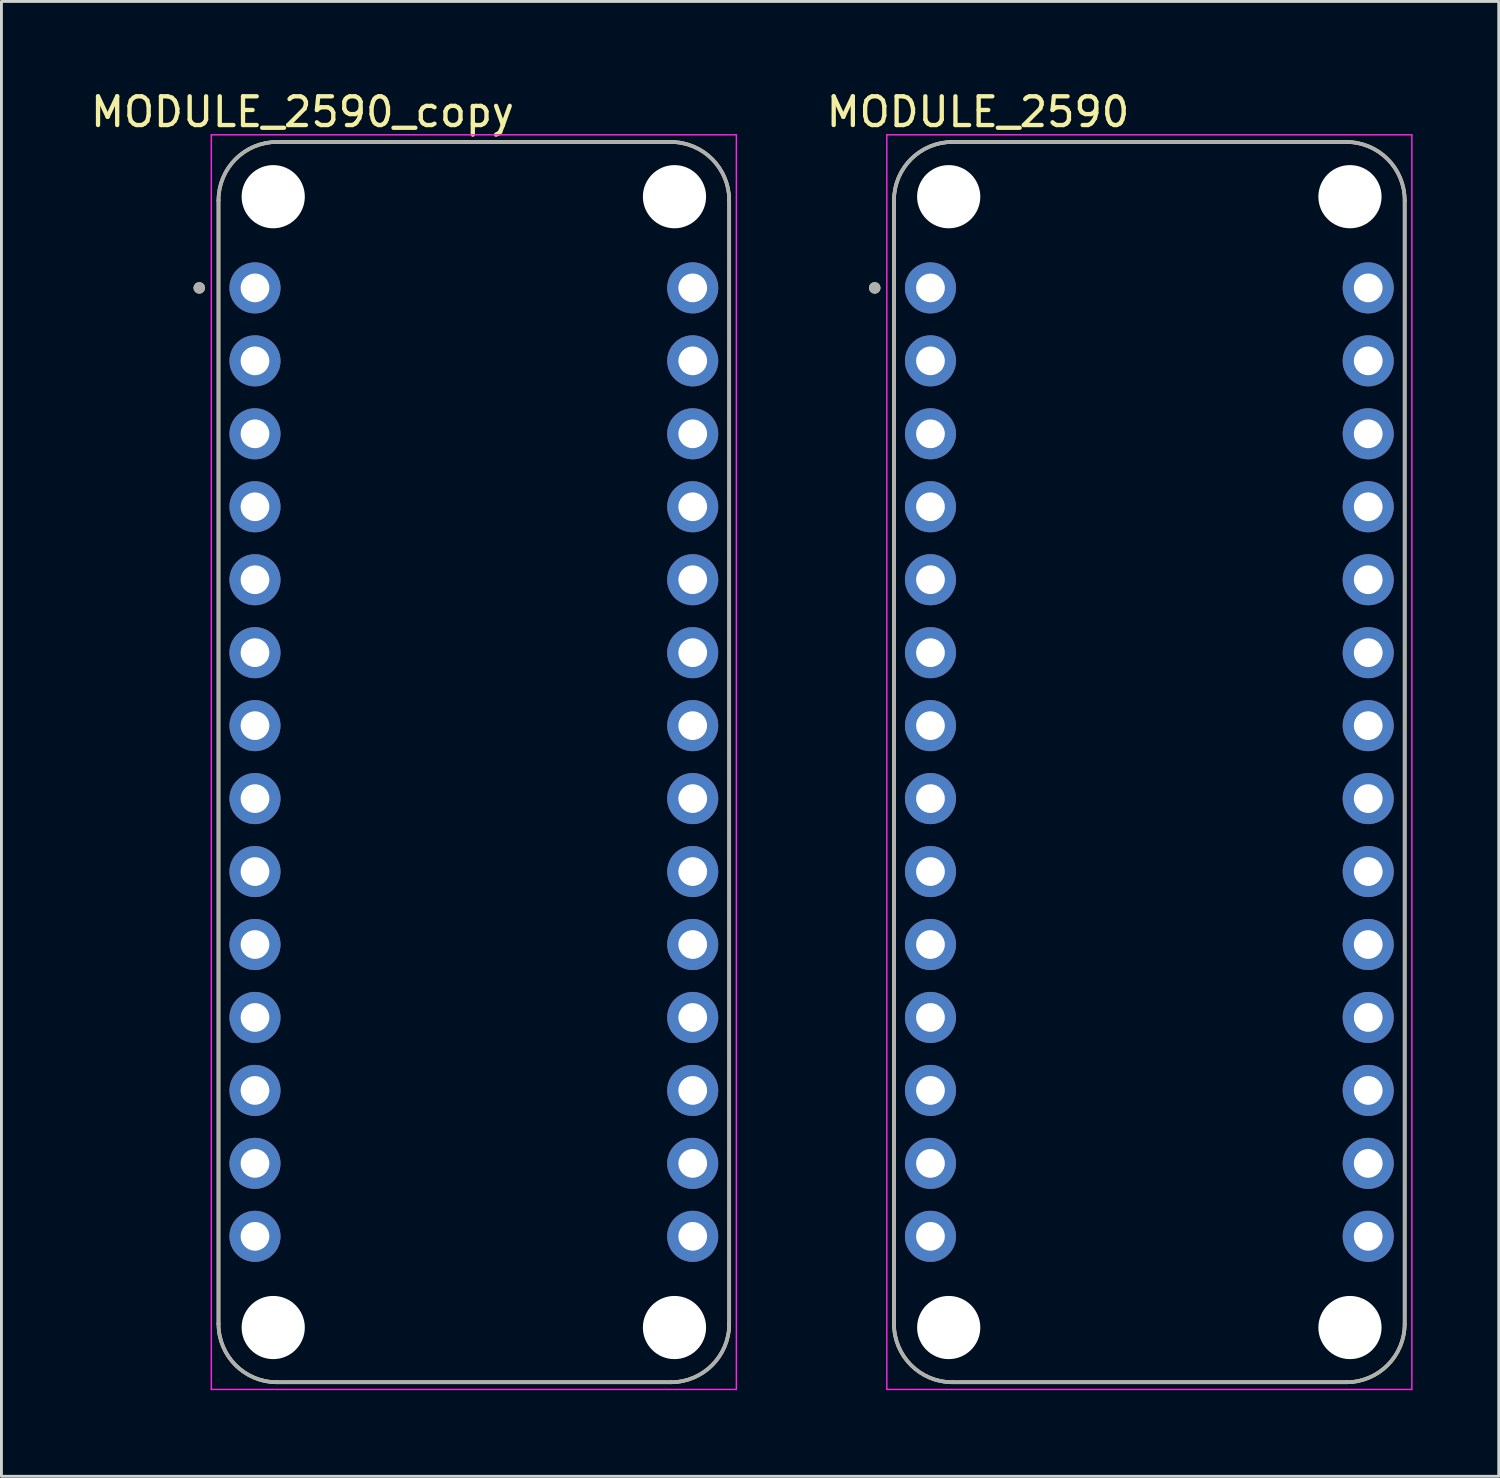
<source format=kicad_pcb>
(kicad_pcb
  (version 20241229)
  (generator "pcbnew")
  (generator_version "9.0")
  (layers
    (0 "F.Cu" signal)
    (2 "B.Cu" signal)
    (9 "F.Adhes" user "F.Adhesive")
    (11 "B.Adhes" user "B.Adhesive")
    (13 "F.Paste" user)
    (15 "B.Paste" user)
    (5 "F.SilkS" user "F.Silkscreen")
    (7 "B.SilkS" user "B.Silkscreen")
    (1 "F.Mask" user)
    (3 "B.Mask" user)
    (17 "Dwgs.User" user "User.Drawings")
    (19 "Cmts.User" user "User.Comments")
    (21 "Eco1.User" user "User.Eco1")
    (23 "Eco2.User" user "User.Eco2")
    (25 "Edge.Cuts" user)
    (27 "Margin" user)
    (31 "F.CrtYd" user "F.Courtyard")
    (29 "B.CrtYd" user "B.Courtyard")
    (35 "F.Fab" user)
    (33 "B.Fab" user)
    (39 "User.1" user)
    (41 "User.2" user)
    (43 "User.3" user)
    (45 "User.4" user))
  (footprint "MODULE_2590_copy"
    (layer "F.Cu")
    (at 13.447 23.483)
    (property "Reference" "MODULE_2590_copy" (at -5.965 -22.635 0) (layer "F.SilkS") (effects (font (size 1 1) (thickness 0.15))))
    (attr through_hole)
    (fp_line (start -8.89 19.558) (end -8.89 -19.558) (stroke (width 0.127) (type solid)) (layer "F.SilkS"))
    (fp_line (start -6.858 -21.59) (end 6.858 -21.59) (stroke (width 0.127) (type solid)) (layer "F.SilkS"))
    (fp_line (start 6.858 21.59) (end -6.858 21.59) (stroke (width 0.127) (type solid)) (layer "F.SilkS"))
    (fp_line (start 8.89 -19.558) (end 8.89 19.558) (stroke (width 0.127) (type solid)) (layer "F.SilkS"))
    (fp_arc (start -8.89 -19.558) (mid -8.294841 -20.994841) (end -6.858 -21.59) (stroke (width 0.127) (type solid)) (layer "F.SilkS"))
    (fp_arc (start -6.858 21.59) (mid -8.294841 20.994841) (end -8.89 19.558) (stroke (width 0.127) (type solid)) (layer "F.SilkS"))
    (fp_arc (start 6.858 -21.59) (mid 8.294841 -20.994841) (end 8.89 -19.558) (stroke (width 0.127) (type solid)) (layer "F.SilkS"))
    (fp_arc (start 8.89 19.558) (mid 8.294841 20.994841) (end 6.858 21.59) (stroke (width 0.127) (type solid)) (layer "F.SilkS"))
    (fp_circle (center -9.56 -16.51) (end -9.46 -16.51) (stroke (width 0.2) (type solid)) (fill no) (layer "F.SilkS"))
    (fp_line (start -9.14 -21.84) (end -9.14 21.84) (stroke (width 0.05) (type solid)) (layer "F.CrtYd"))
    (fp_line (start -9.14 21.84) (end 9.14 21.84) (stroke (width 0.05) (type solid)) (layer "F.CrtYd"))
    (fp_line (start 9.14 -21.84) (end -9.14 -21.84) (stroke (width 0.05) (type solid)) (layer "F.CrtYd"))
    (fp_line (start 9.14 21.84) (end 9.14 -21.84) (stroke (width 0.05) (type solid)) (layer "F.CrtYd"))
    (fp_line (start -8.89 19.558) (end -8.89 -19.558) (stroke (width 0.127) (type solid)) (layer "F.Fab"))
    (fp_line (start -6.858 -21.59) (end 6.858 -21.59) (stroke (width 0.127) (type solid)) (layer "F.Fab"))
    (fp_line (start 6.858 21.59) (end -6.858 21.59) (stroke (width 0.127) (type solid)) (layer "F.Fab"))
    (fp_line (start 8.89 -19.558) (end 8.89 19.558) (stroke (width 0.127) (type solid)) (layer "F.Fab"))
    (fp_arc (start -8.89 -19.558) (mid -8.294841 -20.994841) (end -6.858 -21.59) (stroke (width 0.127) (type solid)) (layer "F.Fab"))
    (fp_arc (start -6.858 21.59) (mid -8.294841 20.994841) (end -8.89 19.558) (stroke (width 0.127) (type solid)) (layer "F.Fab"))
    (fp_arc (start 6.858 -21.59) (mid 8.294841 -20.994841) (end 8.89 -19.558) (stroke (width 0.127) (type solid)) (layer "F.Fab"))
    (fp_arc (start 8.89 19.558) (mid 8.294841 20.994841) (end 6.858 21.59) (stroke (width 0.127) (type solid)) (layer "F.Fab"))
    (fp_circle (center -9.56 -16.51) (end -9.46 -16.51) (stroke (width 0.2) (type solid)) (fill no) (layer "F.Fab"))
    (pad "" np_thru_hole circle (at -6.985 -19.685) (size 2.2 2.2) (drill 2.2) (layers "*.Cu" "*.Mask"))
    (pad "" np_thru_hole circle (at -6.985 19.685) (size 2.2 2.2) (drill 2.2) (layers "*.Cu" "*.Mask"))
    (pad "" np_thru_hole circle (at 6.985 -19.685) (size 2.2 2.2) (drill 2.2) (layers "*.Cu" "*.Mask"))
    (pad "" np_thru_hole circle (at 6.985 19.685) (size 2.2 2.2) (drill 2.2) (layers "*.Cu" "*.Mask"))
    (pad "1" thru_hole circle (at -7.62 -16.51) (size 1.778 1.778) (drill 1) (layers "*.Cu" "*.Mask"))
    (pad "2" thru_hole circle (at -7.62 -13.97) (size 1.778 1.778) (drill 1) (layers "*.Cu" "*.Mask"))
    (pad "3" thru_hole circle (at -7.62 -11.43) (size 1.778 1.778) (drill 1) (layers "*.Cu" "*.Mask"))
    (pad "4" thru_hole circle (at -7.62 -8.89) (size 1.778 1.778) (drill 1) (layers "*.Cu" "*.Mask"))
    (pad "5" thru_hole circle (at -7.62 -6.35) (size 1.778 1.778) (drill 1) (layers "*.Cu" "*.Mask"))
    (pad "6" thru_hole circle (at -7.62 -3.81) (size 1.778 1.778) (drill 1) (layers "*.Cu" "*.Mask"))
    (pad "7" thru_hole circle (at -7.62 -1.27) (size 1.778 1.778) (drill 1) (layers "*.Cu" "*.Mask"))
    (pad "8" thru_hole circle (at -7.62 1.27) (size 1.778 1.778) (drill 1) (layers "*.Cu" "*.Mask"))
    (pad "9" thru_hole circle (at -7.62 3.81) (size 1.778 1.778) (drill 1) (layers "*.Cu" "*.Mask"))
    (pad "10" thru_hole circle (at -7.62 6.35) (size 1.778 1.778) (drill 1) (layers "*.Cu" "*.Mask"))
    (pad "11" thru_hole circle (at -7.62 8.89) (size 1.778 1.778) (drill 1) (layers "*.Cu" "*.Mask"))
    (pad "12" thru_hole circle (at -7.62 11.43) (size 1.778 1.778) (drill 1) (layers "*.Cu" "*.Mask"))
    (pad "13" thru_hole circle (at -7.62 13.97) (size 1.778 1.778) (drill 1) (layers "*.Cu" "*.Mask"))
    (pad "14" thru_hole circle (at -7.62 16.51) (size 1.778 1.778) (drill 1) (layers "*.Cu" "*.Mask"))
    (pad "15" thru_hole circle (at 7.62 16.51) (size 1.778 1.778) (drill 1) (layers "*.Cu" "*.Mask"))
    (pad "16" thru_hole circle (at 7.62 13.97) (size 1.778 1.778) (drill 1) (layers "*.Cu" "*.Mask"))
    (pad "17" thru_hole circle (at 7.62 11.43) (size 1.778 1.778) (drill 1) (layers "*.Cu" "*.Mask"))
    (pad "18" thru_hole circle (at 7.62 8.89) (size 1.778 1.778) (drill 1) (layers "*.Cu" "*.Mask"))
    (pad "19" thru_hole circle (at 7.62 6.35) (size 1.778 1.778) (drill 1) (layers "*.Cu" "*.Mask"))
    (pad "20" thru_hole circle (at 7.62 3.81) (size 1.778 1.778) (drill 1) (layers "*.Cu" "*.Mask"))
    (pad "21" thru_hole circle (at 7.62 1.27) (size 1.778 1.778) (drill 1) (layers "*.Cu" "*.Mask"))
    (pad "22" thru_hole circle (at 7.62 -1.27) (size 1.778 1.778) (drill 1) (layers "*.Cu" "*.Mask"))
    (pad "23" thru_hole circle (at 7.62 -3.81) (size 1.778 1.778) (drill 1) (layers "*.Cu" "*.Mask"))
    (pad "24" thru_hole circle (at 7.62 -6.35) (size 1.778 1.778) (drill 1) (layers "*.Cu" "*.Mask"))
    (pad "25" thru_hole circle (at 7.62 -8.89) (size 1.778 1.778) (drill 1) (layers "*.Cu" "*.Mask"))
    (pad "26" thru_hole circle (at 7.62 -11.43) (size 1.778 1.778) (drill 1) (layers "*.Cu" "*.Mask"))
    (pad "27" thru_hole circle (at 7.62 -13.97) (size 1.778 1.778) (drill 1) (layers "*.Cu" "*.Mask"))
    (pad "28" thru_hole circle (at 7.62 -16.51) (size 1.778 1.778) (drill 1) (layers "*.Cu" "*.Mask")))
  (footprint "MODULE_2590"
    (layer "F.Cu")
    (at 36.964 23.483)
    (property "Reference" "MODULE_2590" (at -5.965 -22.635 0) (layer "F.SilkS") (effects (font (size 1 1) (thickness 0.15))))
    (attr through_hole)
    (fp_line (start -8.89 19.558) (end -8.89 -19.558) (stroke (width 0.127) (type solid)) (layer "F.SilkS"))
    (fp_line (start -6.858 -21.59) (end 6.858 -21.59) (stroke (width 0.127) (type solid)) (layer "F.SilkS"))
    (fp_line (start 6.858 21.59) (end -6.858 21.59) (stroke (width 0.127) (type solid)) (layer "F.SilkS"))
    (fp_line (start 8.89 -19.558) (end 8.89 19.558) (stroke (width 0.127) (type solid)) (layer "F.SilkS"))
    (fp_arc (start -8.89 -19.558) (mid -8.294841 -20.994841) (end -6.858 -21.59) (stroke (width 0.127) (type solid)) (layer "F.SilkS"))
    (fp_arc (start -6.858 21.59) (mid -8.294841 20.994841) (end -8.89 19.558) (stroke (width 0.127) (type solid)) (layer "F.SilkS"))
    (fp_arc (start 6.858 -21.59) (mid 8.294841 -20.994841) (end 8.89 -19.558) (stroke (width 0.127) (type solid)) (layer "F.SilkS"))
    (fp_arc (start 8.89 19.558) (mid 8.294841 20.994841) (end 6.858 21.59) (stroke (width 0.127) (type solid)) (layer "F.SilkS"))
    (fp_circle (center -9.56 -16.51) (end -9.46 -16.51) (stroke (width 0.2) (type solid)) (fill no) (layer "F.SilkS"))
    (fp_line (start -9.14 -21.84) (end -9.14 21.84) (stroke (width 0.05) (type solid)) (layer "F.CrtYd"))
    (fp_line (start -9.14 21.84) (end 9.14 21.84) (stroke (width 0.05) (type solid)) (layer "F.CrtYd"))
    (fp_line (start 9.14 -21.84) (end -9.14 -21.84) (stroke (width 0.05) (type solid)) (layer "F.CrtYd"))
    (fp_line (start 9.14 21.84) (end 9.14 -21.84) (stroke (width 0.05) (type solid)) (layer "F.CrtYd"))
    (fp_line (start -8.89 19.558) (end -8.89 -19.558) (stroke (width 0.127) (type solid)) (layer "F.Fab"))
    (fp_line (start -6.858 -21.59) (end 6.858 -21.59) (stroke (width 0.127) (type solid)) (layer "F.Fab"))
    (fp_line (start 6.858 21.59) (end -6.858 21.59) (stroke (width 0.127) (type solid)) (layer "F.Fab"))
    (fp_line (start 8.89 -19.558) (end 8.89 19.558) (stroke (width 0.127) (type solid)) (layer "F.Fab"))
    (fp_arc (start -8.89 -19.558) (mid -8.294841 -20.994841) (end -6.858 -21.59) (stroke (width 0.127) (type solid)) (layer "F.Fab"))
    (fp_arc (start -6.858 21.59) (mid -8.294841 20.994841) (end -8.89 19.558) (stroke (width 0.127) (type solid)) (layer "F.Fab"))
    (fp_arc (start 6.858 -21.59) (mid 8.294841 -20.994841) (end 8.89 -19.558) (stroke (width 0.127) (type solid)) (layer "F.Fab"))
    (fp_arc (start 8.89 19.558) (mid 8.294841 20.994841) (end 6.858 21.59) (stroke (width 0.127) (type solid)) (layer "F.Fab"))
    (fp_circle (center -9.56 -16.51) (end -9.46 -16.51) (stroke (width 0.2) (type solid)) (fill no) (layer "F.Fab"))
    (pad "" np_thru_hole circle (at -6.985 -19.685) (size 2.2 2.2) (drill 2.2) (layers "*.Cu" "*.Mask"))
    (pad "" np_thru_hole circle (at -6.985 19.685) (size 2.2 2.2) (drill 2.2) (layers "*.Cu" "*.Mask"))
    (pad "" np_thru_hole circle (at 6.985 -19.685) (size 2.2 2.2) (drill 2.2) (layers "*.Cu" "*.Mask"))
    (pad "" np_thru_hole circle (at 6.985 19.685) (size 2.2 2.2) (drill 2.2) (layers "*.Cu" "*.Mask"))
    (pad "1" thru_hole circle (at -7.62 -16.51) (size 1.778 1.778) (drill 1) (layers "*.Cu" "*.Mask"))
    (pad "2" thru_hole circle (at -7.62 -13.97) (size 1.778 1.778) (drill 1) (layers "*.Cu" "*.Mask"))
    (pad "3" thru_hole circle (at -7.62 -11.43) (size 1.778 1.778) (drill 1) (layers "*.Cu" "*.Mask"))
    (pad "4" thru_hole circle (at -7.62 -8.89) (size 1.778 1.778) (drill 1) (layers "*.Cu" "*.Mask"))
    (pad "5" thru_hole circle (at -7.62 -6.35) (size 1.778 1.778) (drill 1) (layers "*.Cu" "*.Mask"))
    (pad "6" thru_hole circle (at -7.62 -3.81) (size 1.778 1.778) (drill 1) (layers "*.Cu" "*.Mask"))
    (pad "7" thru_hole circle (at -7.62 -1.27) (size 1.778 1.778) (drill 1) (layers "*.Cu" "*.Mask"))
    (pad "8" thru_hole circle (at -7.62 1.27) (size 1.778 1.778) (drill 1) (layers "*.Cu" "*.Mask"))
    (pad "9" thru_hole circle (at -7.62 3.81) (size 1.778 1.778) (drill 1) (layers "*.Cu" "*.Mask"))
    (pad "10" thru_hole circle (at -7.62 6.35) (size 1.778 1.778) (drill 1) (layers "*.Cu" "*.Mask"))
    (pad "11" thru_hole circle (at -7.62 8.89) (size 1.778 1.778) (drill 1) (layers "*.Cu" "*.Mask"))
    (pad "12" thru_hole circle (at -7.62 11.43) (size 1.778 1.778) (drill 1) (layers "*.Cu" "*.Mask"))
    (pad "13" thru_hole circle (at -7.62 13.97) (size 1.778 1.778) (drill 1) (layers "*.Cu" "*.Mask"))
    (pad "14" thru_hole circle (at -7.62 16.51) (size 1.778 1.778) (drill 1) (layers "*.Cu" "*.Mask"))
    (pad "15" thru_hole circle (at 7.62 16.51) (size 1.778 1.778) (drill 1) (layers "*.Cu" "*.Mask"))
    (pad "16" thru_hole circle (at 7.62 13.97) (size 1.778 1.778) (drill 1) (layers "*.Cu" "*.Mask"))
    (pad "17" thru_hole circle (at 7.62 11.43) (size 1.778 1.778) (drill 1) (layers "*.Cu" "*.Mask"))
    (pad "18" thru_hole circle (at 7.62 8.89) (size 1.778 1.778) (drill 1) (layers "*.Cu" "*.Mask"))
    (pad "19" thru_hole circle (at 7.62 6.35) (size 1.778 1.778) (drill 1) (layers "*.Cu" "*.Mask"))
    (pad "20" thru_hole circle (at 7.62 3.81) (size 1.778 1.778) (drill 1) (layers "*.Cu" "*.Mask"))
    (pad "21" thru_hole circle (at 7.62 1.27) (size 1.778 1.778) (drill 1) (layers "*.Cu" "*.Mask"))
    (pad "22" thru_hole circle (at 7.62 -1.27) (size 1.778 1.778) (drill 1) (layers "*.Cu" "*.Mask"))
    (pad "23" thru_hole circle (at 7.62 -3.81) (size 1.778 1.778) (drill 1) (layers "*.Cu" "*.Mask"))
    (pad "24" thru_hole circle (at 7.62 -6.35) (size 1.778 1.778) (drill 1) (layers "*.Cu" "*.Mask"))
    (pad "25" thru_hole circle (at 7.62 -8.89) (size 1.778 1.778) (drill 1) (layers "*.Cu" "*.Mask"))
    (pad "26" thru_hole circle (at 7.62 -11.43) (size 1.778 1.778) (drill 1) (layers "*.Cu" "*.Mask"))
    (pad "27" thru_hole circle (at 7.62 -13.97) (size 1.778 1.778) (drill 1) (layers "*.Cu" "*.Mask"))
    (pad "28" thru_hole circle (at 7.62 -16.51) (size 1.778 1.778) (drill 1) (layers "*.Cu" "*.Mask")))
  (gr_rect
    (start -3 -3)
    (end 49.129 48.348)
    (stroke (width 0.1) (type default))
    (fill no)
    (layer "Edge.Cuts")))
</source>
